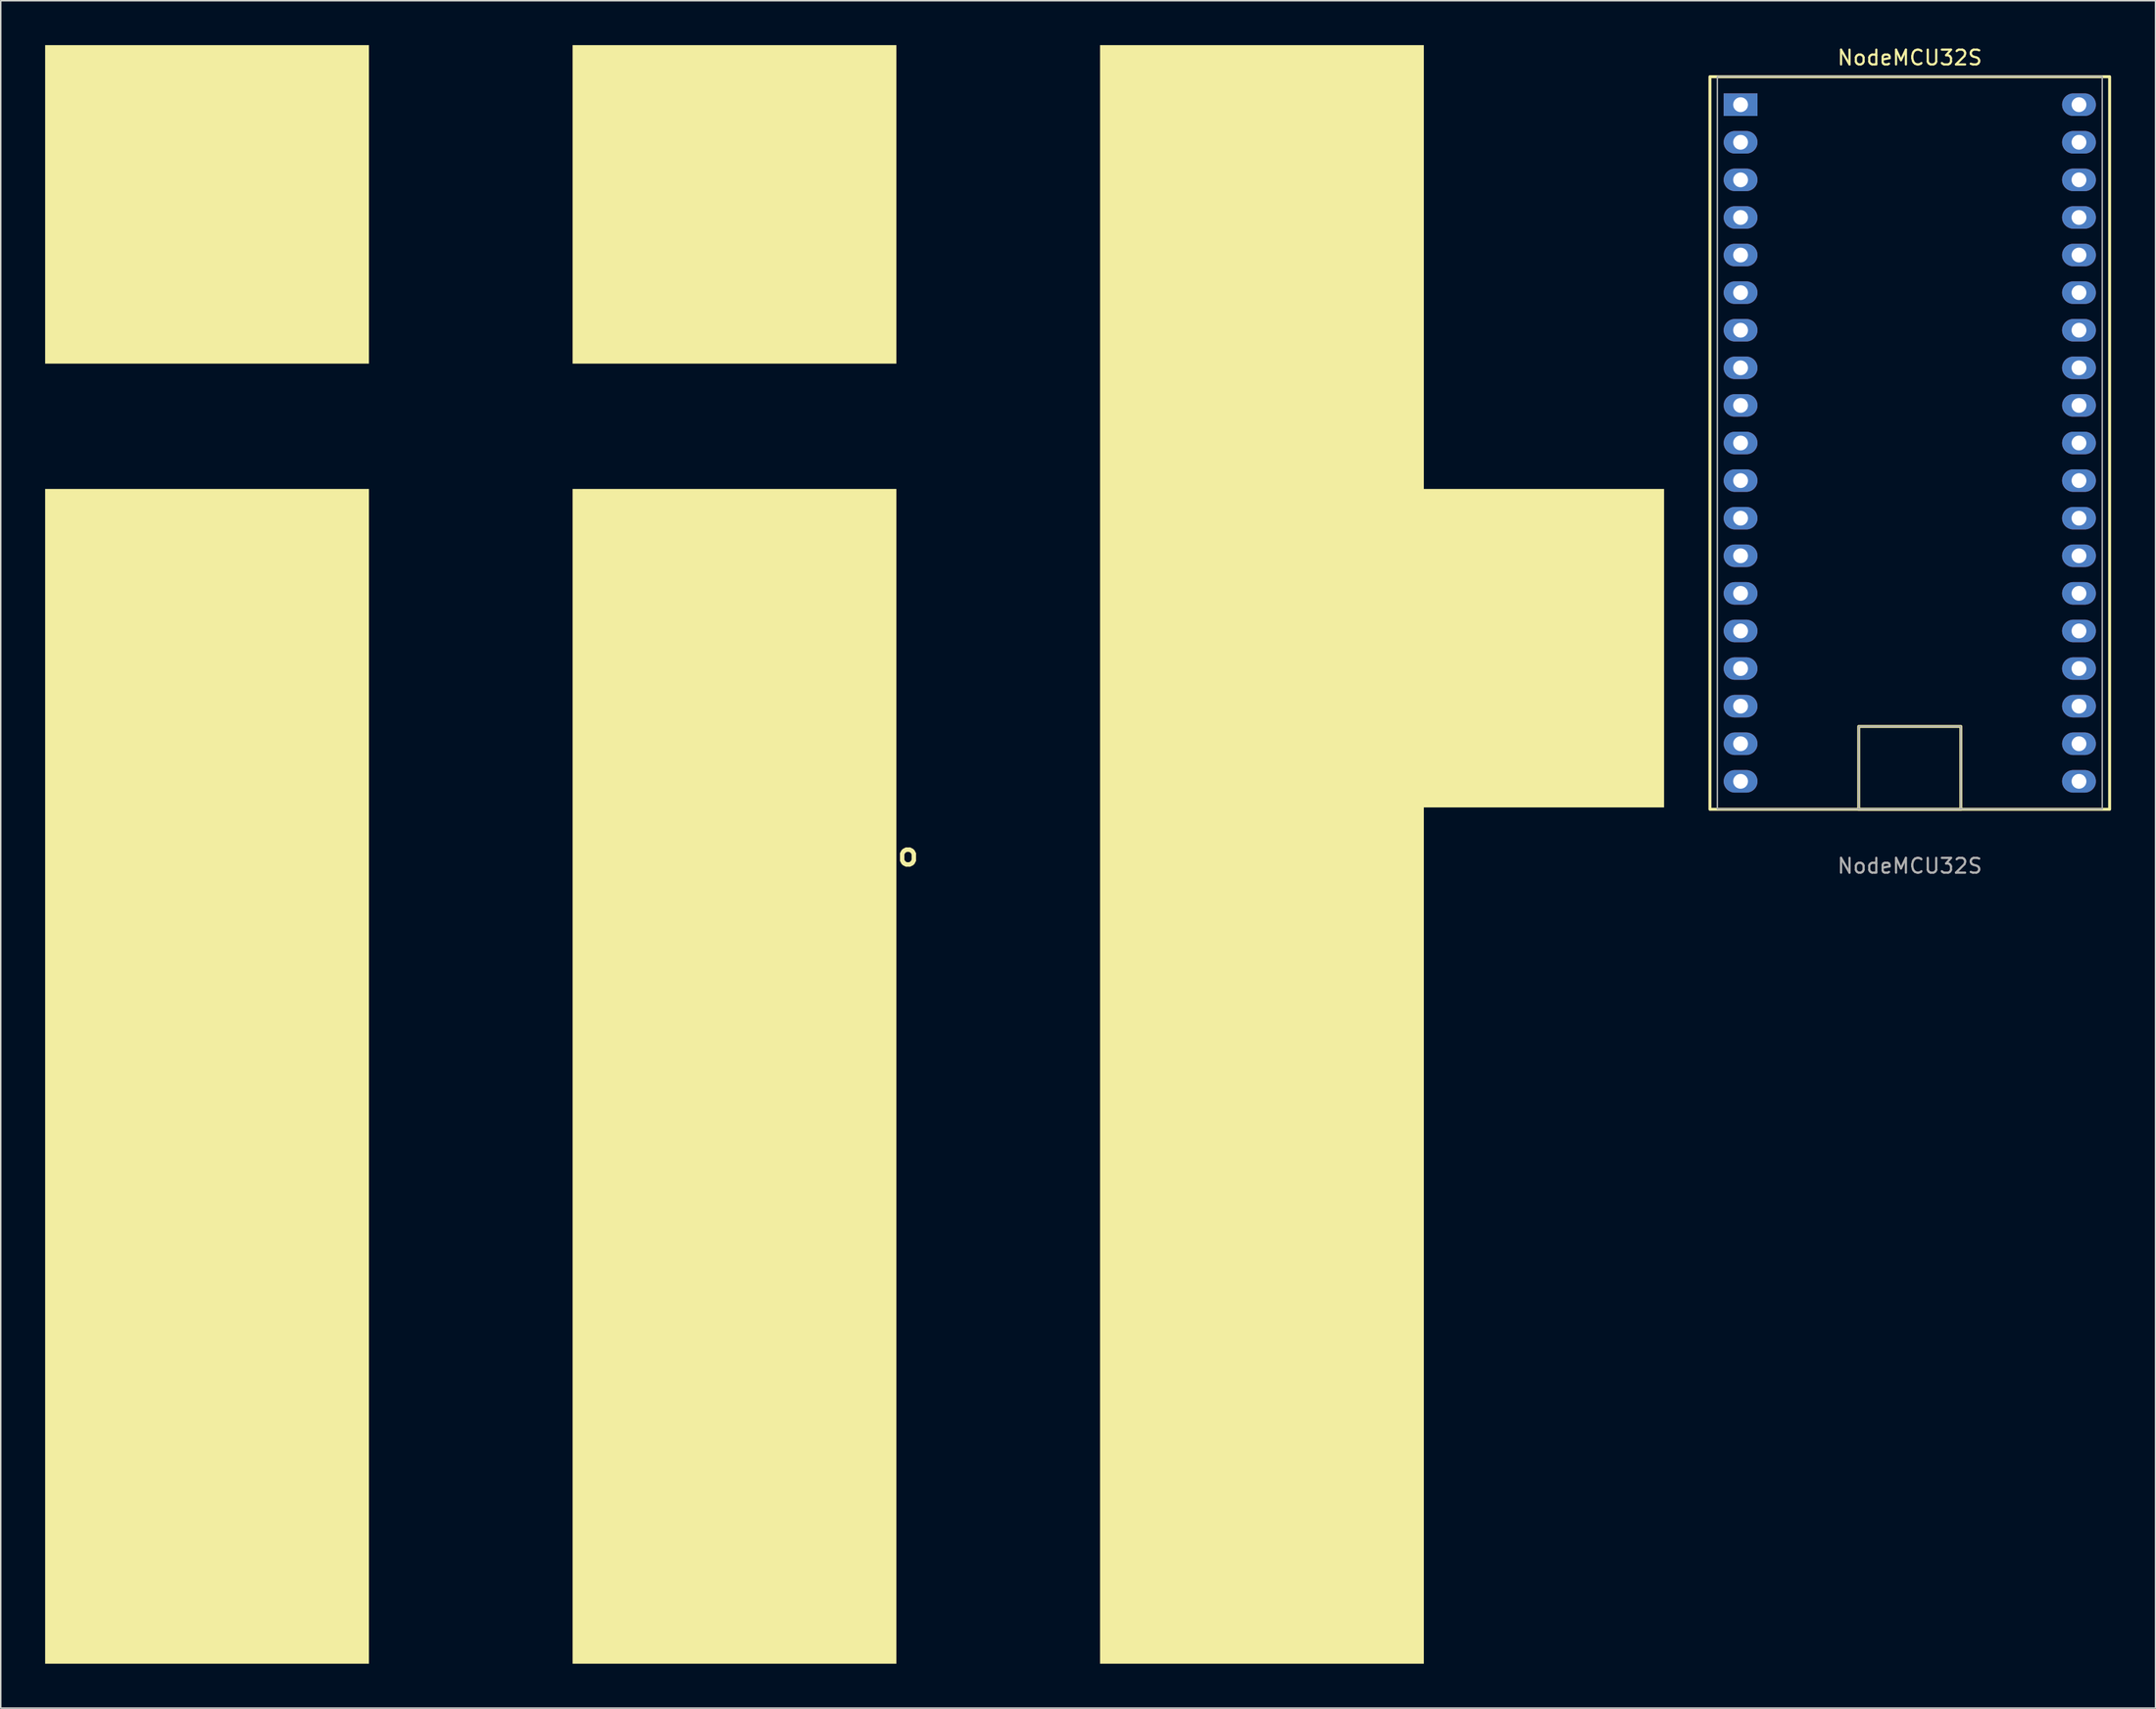
<source format=kicad_pcb>
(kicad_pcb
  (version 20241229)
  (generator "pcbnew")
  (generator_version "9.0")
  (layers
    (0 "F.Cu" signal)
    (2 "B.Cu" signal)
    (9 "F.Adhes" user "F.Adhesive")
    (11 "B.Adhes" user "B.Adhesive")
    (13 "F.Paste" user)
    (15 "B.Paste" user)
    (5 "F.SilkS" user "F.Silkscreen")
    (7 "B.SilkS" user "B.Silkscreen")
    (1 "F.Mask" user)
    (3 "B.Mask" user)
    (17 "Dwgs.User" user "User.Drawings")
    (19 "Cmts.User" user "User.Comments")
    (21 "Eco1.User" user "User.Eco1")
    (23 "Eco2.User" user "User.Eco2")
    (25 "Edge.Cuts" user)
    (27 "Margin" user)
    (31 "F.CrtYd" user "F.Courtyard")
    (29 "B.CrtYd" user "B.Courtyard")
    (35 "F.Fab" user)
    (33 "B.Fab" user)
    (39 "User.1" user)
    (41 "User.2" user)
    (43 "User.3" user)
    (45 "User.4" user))
  (footprint "NodeMCU32S"
    (layer "F.Cu")
    (at 125.961 26.883)
    (property "Reference" "NodeMCU32S" (at 0 -26.035 0) (unlocked yes) (layer "F.SilkS") (effects (font (size 1 1) (thickness 0.15))))
    (attr through_hole)
    (fp_rect (start -13.5 -24.75) (end 13.5 24.75) (stroke (width 0.2) (type default)) (fill no) (layer "F.SilkS"))
    (fp_rect (start -3.45 19.15) (end 3.45 24.75) (stroke (width 0.2) (type default)) (fill no) (layer "F.SilkS"))
    (fp_rect (start -13 -24.765) (end 13 24.735) (stroke (width 0.1) (type default)) (fill no) (layer "F.Fab"))
    (fp_rect (start -3.45 19.15) (end 3.45 24.75) (stroke (width 0.1) (type default)) (fill no) (layer "F.Fab"))
    (fp_text user "${REFERENCE}" (at 0 28.575 0) (unlocked yes) (layer "F.Fab") (effects (font (size 1 1) (thickness 0.15))))
    (pad "1" thru_hole rect (at -11.43 -22.86) (size 2.286 1.524) (drill 1) (layers "*.Cu" "*.Mask"))
    (pad "2" thru_hole oval (at -11.43 -20.32) (size 2.286 1.524) (drill 1) (layers "*.Cu" "*.Mask"))
    (pad "3" thru_hole oval (at -11.43 -17.78) (size 2.286 1.524) (drill 1) (layers "*.Cu" "*.Mask"))
    (pad "4" thru_hole oval (at -11.43 -15.24) (size 2.286 1.524) (drill 1) (layers "*.Cu" "*.Mask"))
    (pad "5" thru_hole oval (at -11.43 -12.7) (size 2.286 1.524) (drill 1) (layers "*.Cu" "*.Mask"))
    (pad "6" thru_hole oval (at -11.43 -10.16) (size 2.286 1.524) (drill 1) (layers "*.Cu" "*.Mask"))
    (pad "7" thru_hole oval (at -11.43 -7.62) (size 2.286 1.524) (drill 1) (layers "*.Cu" "*.Mask"))
    (pad "8" thru_hole oval (at -11.43 -5.08) (size 2.286 1.524) (drill 1) (layers "*.Cu" "*.Mask"))
    (pad "9" thru_hole oval (at -11.43 -2.54) (size 2.286 1.524) (drill 1) (layers "*.Cu" "*.Mask"))
    (pad "10" thru_hole oval (at -11.43 0) (size 2.286 1.524) (drill 1) (layers "*.Cu" "*.Mask"))
    (pad "11" thru_hole oval (at -11.43 2.54) (size 2.286 1.524) (drill 1) (layers "*.Cu" "*.Mask"))
    (pad "12" thru_hole oval (at -11.43 5.08) (size 2.286 1.524) (drill 1) (layers "*.Cu" "*.Mask"))
    (pad "13" thru_hole oval (at -11.43 7.62) (size 2.286 1.524) (drill 1) (layers "*.Cu" "*.Mask"))
    (pad "14" thru_hole oval (at -11.43 10.16) (size 2.286 1.524) (drill 1) (layers "*.Cu" "*.Mask"))
    (pad "15" thru_hole oval (at -11.43 12.7) (size 2.286 1.524) (drill 1) (layers "*.Cu" "*.Mask"))
    (pad "16" thru_hole oval (at -11.43 15.24) (size 2.286 1.524) (drill 1) (layers "*.Cu" "*.Mask"))
    (pad "17" thru_hole oval (at -11.43 17.78) (size 2.286 1.524) (drill 1) (layers "*.Cu" "*.Mask"))
    (pad "18" thru_hole oval (at -11.43 20.32) (size 2.286 1.524) (drill 1) (layers "*.Cu" "*.Mask"))
    (pad "19" thru_hole oval (at -11.43 22.86) (size 2.286 1.524) (drill 1) (layers "*.Cu" "*.Mask"))
    (pad "20" thru_hole oval (at 11.43 22.86) (size 2.286 1.524) (drill 1) (layers "*.Cu" "*.Mask"))
    (pad "21" thru_hole oval (at 11.43 20.32) (size 2.286 1.524) (drill 1) (layers "*.Cu" "*.Mask"))
    (pad "22" thru_hole oval (at 11.43 17.78) (size 2.286 1.524) (drill 1) (layers "*.Cu" "*.Mask"))
    (pad "23" thru_hole oval (at 11.43 15.24) (size 2.286 1.524) (drill 1) (layers "*.Cu" "*.Mask"))
    (pad "24" thru_hole oval (at 11.43 12.7) (size 2.286 1.524) (drill 1) (layers "*.Cu" "*.Mask"))
    (pad "25" thru_hole oval (at 11.43 10.16) (size 2.286 1.524) (drill 1) (layers "*.Cu" "*.Mask"))
    (pad "26" thru_hole oval (at 11.43 7.62) (size 2.286 1.524) (drill 1) (layers "*.Cu" "*.Mask"))
    (pad "27" thru_hole oval (at 11.43 5.08) (size 2.286 1.524) (drill 1) (layers "*.Cu" "*.Mask"))
    (pad "28" thru_hole oval (at 11.43 2.54) (size 2.286 1.524) (drill 1) (layers "*.Cu" "*.Mask"))
    (pad "29" thru_hole oval (at 11.43 0) (size 2.286 1.524) (drill 1) (layers "*.Cu" "*.Mask"))
    (pad "30" thru_hole oval (at 11.43 -2.54) (size 2.286 1.524) (drill 1) (layers "*.Cu" "*.Mask"))
    (pad "31" thru_hole oval (at 11.43 -5.08) (size 2.286 1.524) (drill 1) (layers "*.Cu" "*.Mask"))
    (pad "32" thru_hole oval (at 11.43 -7.62) (size 2.286 1.524) (drill 1) (layers "*.Cu" "*.Mask"))
    (pad "33" thru_hole oval (at 11.43 -10.16) (size 2.286 1.524) (drill 1) (layers "*.Cu" "*.Mask"))
    (pad "34" thru_hole oval (at 11.43 -12.7) (size 2.286 1.524) (drill 1) (layers "*.Cu" "*.Mask"))
    (pad "35" thru_hole oval (at 11.43 -15.24) (size 2.286 1.524) (drill 1) (layers "*.Cu" "*.Mask"))
    (pad "36" thru_hole oval (at 11.43 -17.78) (size 2.286 1.524) (drill 1) (layers "*.Cu" "*.Mask"))
    (pad "37" thru_hole oval (at 11.43 -20.32) (size 2.286 1.524) (drill 1) (layers "*.Cu" "*.Mask"))
    (pad "38" thru_hole oval (at 11.43 -22.86) (size 2.286 1.524) (drill 1) (layers "*.Cu" "*.Mask")))
  (footprint "IIT_logo"
    (layer "F.Cu")
    (at 54.681 54.681)
    (property "Reference" "IIT_logo" (at 0 0 0) (layer "F.SilkS") (effects (font (size 1.5 1.5) (thickness 0.3))))
    (attr board_only exclude_from_pos_files exclude_from_bom)
    (fp_poly (pts (xy -32.808 -43.921) (xy -32.808 -33.161) (xy -43.744 -33.161) (xy -54.681 -33.161) (xy -54.681 -43.921) (xy -54.681 -54.681) (xy -43.744 -54.681) (xy -32.808 -54.681)) (stroke (width 0) (type solid)) (fill yes) (layer "F.SilkS"))
    (fp_poly (pts (xy -32.808 14.993) (xy -32.808 54.681) (xy -43.744 54.681) (xy -54.681 54.681) (xy -54.681 14.993) (xy -54.681 -24.694) (xy -43.744 -24.694) (xy -32.808 -24.694)) (stroke (width 0) (type solid)) (fill yes) (layer "F.SilkS"))
    (fp_poly (pts (xy 2.822 -43.921) (xy 2.822 -33.161) (xy -8.114 -33.161) (xy -19.05 -33.161) (xy -19.05 -43.921) (xy -19.05 -54.681) (xy -8.114 -54.681) (xy 2.822 -54.681)) (stroke (width 0) (type solid)) (fill yes) (layer "F.SilkS"))
    (fp_poly (pts (xy 2.822 14.993) (xy 2.822 54.681) (xy -8.114 54.681) (xy -19.05 54.681) (xy -19.05 14.993) (xy -19.05 -24.694) (xy -8.114 -24.694) (xy 2.822 -24.694)) (stroke (width 0) (type solid)) (fill yes) (layer "F.SilkS"))
    (fp_poly (pts (xy 38.453 -39.688) (xy 38.453 -24.694) (xy 46.567 -24.694) (xy 54.681 -24.694) (xy 54.681 -13.935) (xy 54.681 -3.175) (xy 46.567 -3.175) (xy 38.453 -3.175) (xy 38.453 25.753) (xy 38.453 54.681) (xy 27.517 54.681) (xy 16.581 54.681) (xy 16.581 0) (xy 16.581 -54.681) (xy 27.517 -54.681) (xy 38.453 -54.681)) (stroke (width 0) (type solid)) (fill yes) (layer "F.SilkS")))
  (gr_rect
    (start -3 -3)
    (end 142.561 112.361)
    (stroke (width 0.1) (type default))
    (fill no)
    (layer "Edge.Cuts")))
</source>
